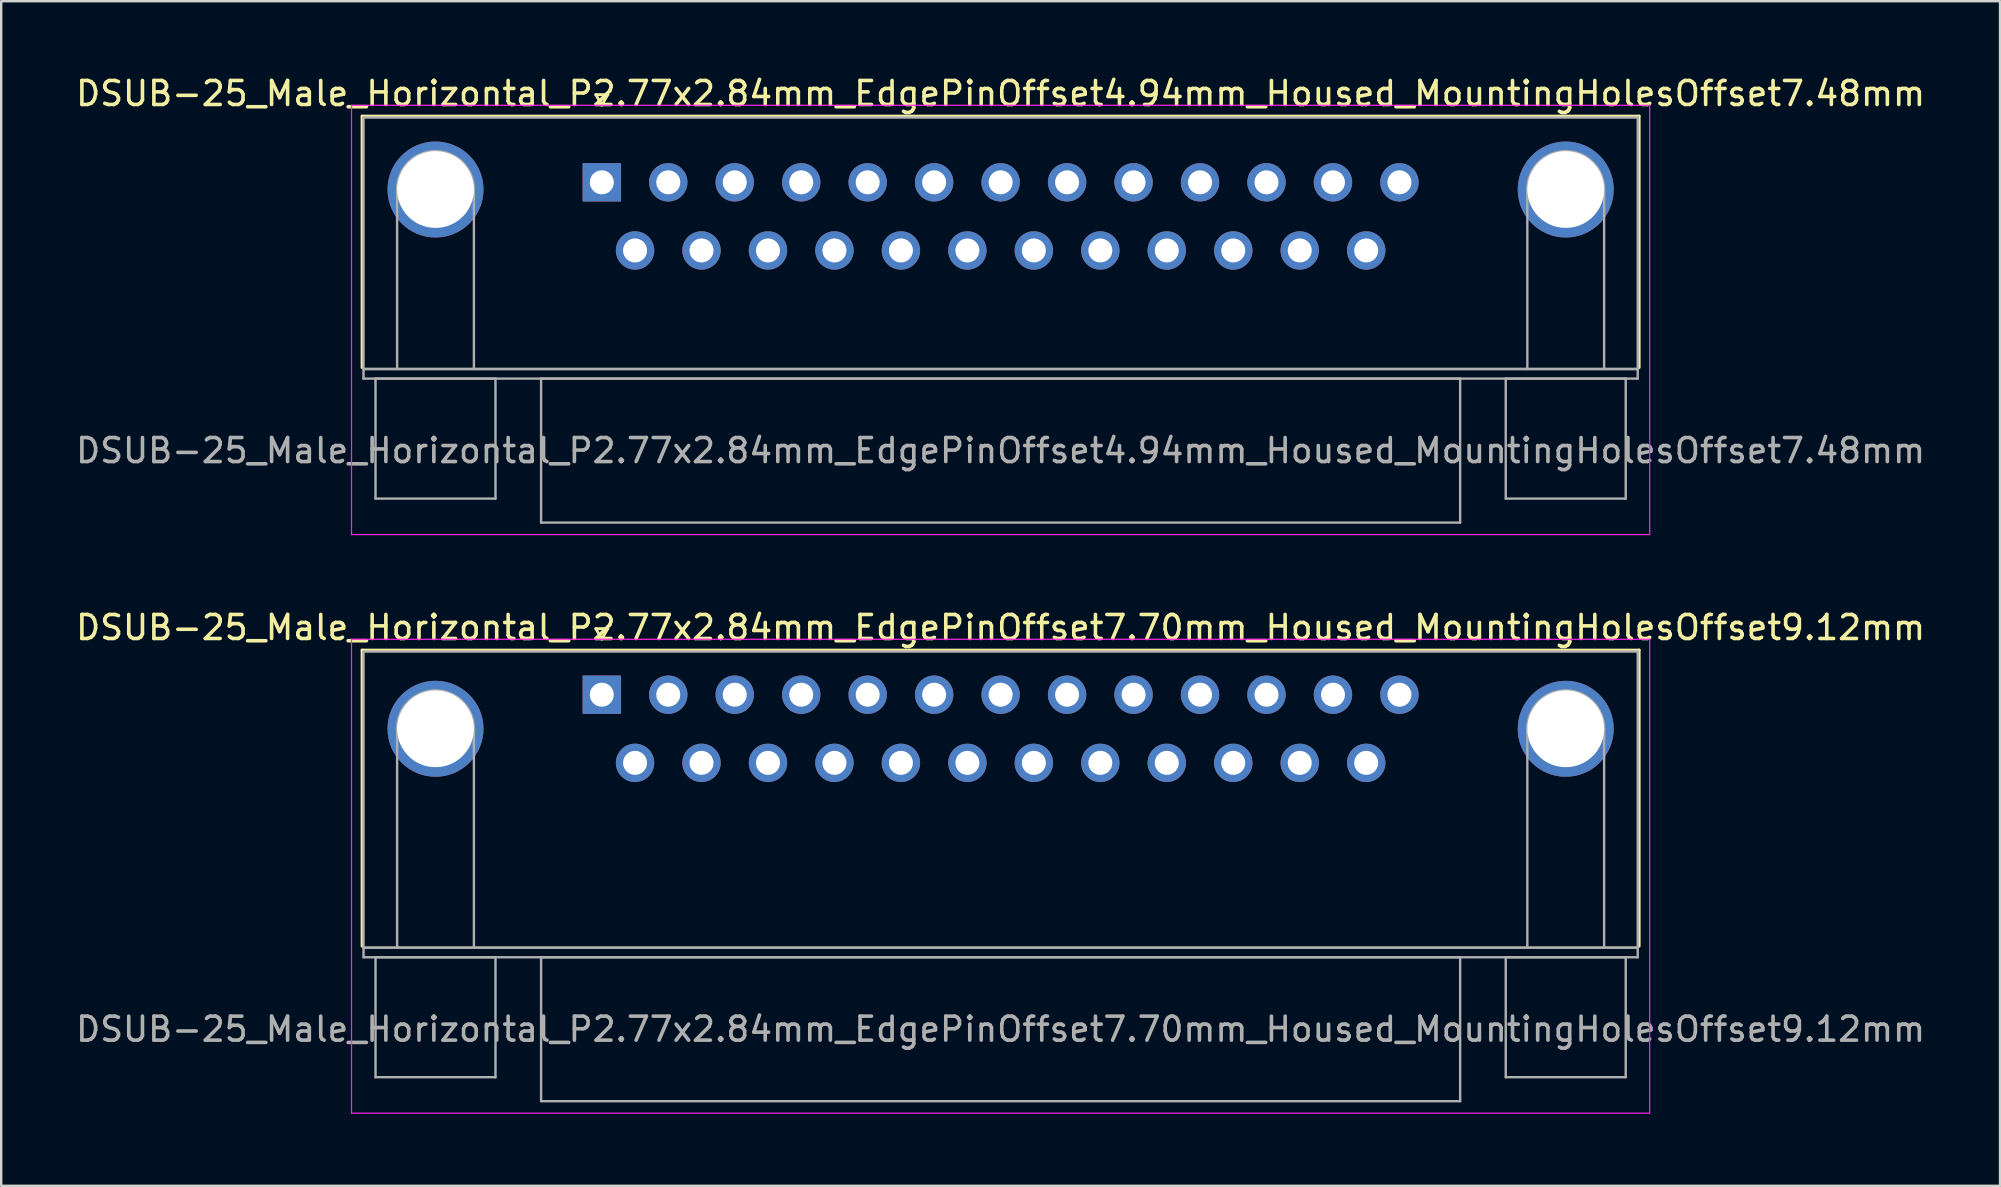
<source format=kicad_pcb>
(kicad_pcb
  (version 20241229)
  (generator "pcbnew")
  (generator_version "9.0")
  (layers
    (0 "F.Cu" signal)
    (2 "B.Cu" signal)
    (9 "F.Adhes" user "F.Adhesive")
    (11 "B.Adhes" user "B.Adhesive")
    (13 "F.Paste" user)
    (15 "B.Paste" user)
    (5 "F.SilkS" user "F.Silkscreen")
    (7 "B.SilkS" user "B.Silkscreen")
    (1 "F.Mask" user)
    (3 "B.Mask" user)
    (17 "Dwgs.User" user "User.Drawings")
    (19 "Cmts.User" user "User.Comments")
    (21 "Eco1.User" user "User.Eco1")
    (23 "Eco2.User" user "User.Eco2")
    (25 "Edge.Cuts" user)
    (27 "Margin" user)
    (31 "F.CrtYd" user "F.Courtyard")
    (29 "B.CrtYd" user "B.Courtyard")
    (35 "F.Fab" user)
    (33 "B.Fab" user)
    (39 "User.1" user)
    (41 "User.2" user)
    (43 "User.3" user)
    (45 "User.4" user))
  (footprint "DSUB-25_Male_Horizontal_P2.77x2.84mm_EdgePinOffset7.70mm_Housed_MountingHolesOffset9.12mm"
    (layer "F.Cu")
    (at 22.029 25.901)
    (property "Reference" "DSUB-25_Male_Horizontal_P2.77x2.84mm_EdgePinOffset7.70mm_Housed_MountingHolesOffset9.12mm" (at 16.62 -2.8 0) (layer "F.SilkS") (effects (font (size 1 1) (thickness 0.15))))
    (attr through_hole)
    (fp_line (start -9.99 -1.86) (end 43.23 -1.86) (stroke (width 0.12) (type solid)) (layer "F.SilkS"))
    (fp_line (start -9.99 10.48) (end -9.99 -1.86) (stroke (width 0.12) (type solid)) (layer "F.SilkS"))
    (fp_line (start -0.25 -2.754) (end 0.25 -2.754) (stroke (width 0.12) (type solid)) (layer "F.SilkS"))
    (fp_line (start 0 -2.321) (end -0.25 -2.754) (stroke (width 0.12) (type solid)) (layer "F.SilkS"))
    (fp_line (start 0.25 -2.754) (end 0 -2.321) (stroke (width 0.12) (type solid)) (layer "F.SilkS"))
    (fp_line (start 43.23 -1.86) (end 43.23 10.48) (stroke (width 0.12) (type solid)) (layer "F.SilkS"))
    (fp_line (start -10.43 -2.31) (end -10.43 17.44) (stroke (width 0.05) (type solid)) (layer "F.CrtYd"))
    (fp_line (start -10.43 17.44) (end 43.67 17.44) (stroke (width 0.05) (type solid)) (layer "F.CrtYd"))
    (fp_line (start 43.67 -2.31) (end -10.43 -2.31) (stroke (width 0.05) (type solid)) (layer "F.CrtYd"))
    (fp_line (start 43.67 17.44) (end 43.67 -2.31) (stroke (width 0.05) (type solid)) (layer "F.CrtYd"))
    (fp_line (start -9.93 -1.8) (end -9.93 10.54) (stroke (width 0.1) (type solid)) (layer "F.Fab"))
    (fp_line (start -9.93 10.54) (end -9.93 10.94) (stroke (width 0.1) (type solid)) (layer "F.Fab"))
    (fp_line (start -9.93 10.54) (end 43.17 10.54) (stroke (width 0.1) (type solid)) (layer "F.Fab"))
    (fp_line (start -9.93 10.94) (end 43.17 10.94) (stroke (width 0.1) (type solid)) (layer "F.Fab"))
    (fp_line (start -9.43 10.94) (end -9.43 15.94) (stroke (width 0.1) (type solid)) (layer "F.Fab"))
    (fp_line (start -9.43 15.94) (end -4.43 15.94) (stroke (width 0.1) (type solid)) (layer "F.Fab"))
    (fp_line (start -8.53 10.54) (end -8.53 1.42) (stroke (width 0.1) (type solid)) (layer "F.Fab"))
    (fp_line (start -5.33 10.54) (end -5.33 1.42) (stroke (width 0.1) (type solid)) (layer "F.Fab"))
    (fp_line (start -4.43 10.94) (end -9.43 10.94) (stroke (width 0.1) (type solid)) (layer "F.Fab"))
    (fp_line (start -4.43 15.94) (end -4.43 10.94) (stroke (width 0.1) (type solid)) (layer "F.Fab"))
    (fp_line (start -2.53 10.94) (end -2.53 16.94) (stroke (width 0.1) (type solid)) (layer "F.Fab"))
    (fp_line (start -2.53 16.94) (end 35.77 16.94) (stroke (width 0.1) (type solid)) (layer "F.Fab"))
    (fp_line (start 35.77 10.94) (end -2.53 10.94) (stroke (width 0.1) (type solid)) (layer "F.Fab"))
    (fp_line (start 35.77 16.94) (end 35.77 10.94) (stroke (width 0.1) (type solid)) (layer "F.Fab"))
    (fp_line (start 37.67 10.94) (end 37.67 15.94) (stroke (width 0.1) (type solid)) (layer "F.Fab"))
    (fp_line (start 37.67 15.94) (end 42.67 15.94) (stroke (width 0.1) (type solid)) (layer "F.Fab"))
    (fp_line (start 38.57 10.54) (end 38.57 1.42) (stroke (width 0.1) (type solid)) (layer "F.Fab"))
    (fp_line (start 41.77 10.54) (end 41.77 1.42) (stroke (width 0.1) (type solid)) (layer "F.Fab"))
    (fp_line (start 42.67 10.94) (end 37.67 10.94) (stroke (width 0.1) (type solid)) (layer "F.Fab"))
    (fp_line (start 42.67 15.94) (end 42.67 10.94) (stroke (width 0.1) (type solid)) (layer "F.Fab"))
    (fp_line (start 43.17 -1.8) (end -9.93 -1.8) (stroke (width 0.1) (type solid)) (layer "F.Fab"))
    (fp_line (start 43.17 10.54) (end -9.93 10.54) (stroke (width 0.1) (type solid)) (layer "F.Fab"))
    (fp_line (start 43.17 10.54) (end 43.17 -1.8) (stroke (width 0.1) (type solid)) (layer "F.Fab"))
    (fp_line (start 43.17 10.94) (end 43.17 10.54) (stroke (width 0.1) (type solid)) (layer "F.Fab"))
    (fp_arc (start -8.53 1.42) (mid -6.93 -0.18) (end -5.33 1.42) (stroke (width 0.1) (type solid)) (layer "F.Fab"))
    (fp_arc (start 38.57 1.42) (mid 40.17 -0.18) (end 41.77 1.42) (stroke (width 0.1) (type solid)) (layer "F.Fab"))
    (fp_text user "${REFERENCE}" (at 16.62 13.94 0) (layer "F.Fab") (effects (font (size 1 1) (thickness 0.15))))
    (pad "0" thru_hole circle (at -6.93 1.42) (size 4 4) (drill 3.2) (layers "*.Cu" "*.Mask"))
    (pad "0" thru_hole circle (at 40.17 1.42) (size 4 4) (drill 3.2) (layers "*.Cu" "*.Mask"))
    (pad "1" thru_hole rect (at 0 0) (size 1.6 1.6) (drill 1) (layers "*.Cu" "*.Mask"))
    (pad "2" thru_hole circle (at 2.77 0) (size 1.6 1.6) (drill 1) (layers "*.Cu" "*.Mask"))
    (pad "3" thru_hole circle (at 5.54 0) (size 1.6 1.6) (drill 1) (layers "*.Cu" "*.Mask"))
    (pad "4" thru_hole circle (at 8.31 0) (size 1.6 1.6) (drill 1) (layers "*.Cu" "*.Mask"))
    (pad "5" thru_hole circle (at 11.08 0) (size 1.6 1.6) (drill 1) (layers "*.Cu" "*.Mask"))
    (pad "6" thru_hole circle (at 13.85 0) (size 1.6 1.6) (drill 1) (layers "*.Cu" "*.Mask"))
    (pad "7" thru_hole circle (at 16.62 0) (size 1.6 1.6) (drill 1) (layers "*.Cu" "*.Mask"))
    (pad "8" thru_hole circle (at 19.39 0) (size 1.6 1.6) (drill 1) (layers "*.Cu" "*.Mask"))
    (pad "9" thru_hole circle (at 22.16 0) (size 1.6 1.6) (drill 1) (layers "*.Cu" "*.Mask"))
    (pad "10" thru_hole circle (at 24.93 0) (size 1.6 1.6) (drill 1) (layers "*.Cu" "*.Mask"))
    (pad "11" thru_hole circle (at 27.7 0) (size 1.6 1.6) (drill 1) (layers "*.Cu" "*.Mask"))
    (pad "12" thru_hole circle (at 30.47 0) (size 1.6 1.6) (drill 1) (layers "*.Cu" "*.Mask"))
    (pad "13" thru_hole circle (at 33.24 0) (size 1.6 1.6) (drill 1) (layers "*.Cu" "*.Mask"))
    (pad "14" thru_hole circle (at 1.385 2.84) (size 1.6 1.6) (drill 1) (layers "*.Cu" "*.Mask"))
    (pad "15" thru_hole circle (at 4.155 2.84) (size 1.6 1.6) (drill 1) (layers "*.Cu" "*.Mask"))
    (pad "16" thru_hole circle (at 6.925 2.84) (size 1.6 1.6) (drill 1) (layers "*.Cu" "*.Mask"))
    (pad "17" thru_hole circle (at 9.695 2.84) (size 1.6 1.6) (drill 1) (layers "*.Cu" "*.Mask"))
    (pad "18" thru_hole circle (at 12.465 2.84) (size 1.6 1.6) (drill 1) (layers "*.Cu" "*.Mask"))
    (pad "19" thru_hole circle (at 15.235 2.84) (size 1.6 1.6) (drill 1) (layers "*.Cu" "*.Mask"))
    (pad "20" thru_hole circle (at 18.005 2.84) (size 1.6 1.6) (drill 1) (layers "*.Cu" "*.Mask"))
    (pad "21" thru_hole circle (at 20.775 2.84) (size 1.6 1.6) (drill 1) (layers "*.Cu" "*.Mask"))
    (pad "22" thru_hole circle (at 23.545 2.84) (size 1.6 1.6) (drill 1) (layers "*.Cu" "*.Mask"))
    (pad "23" thru_hole circle (at 26.315 2.84) (size 1.6 1.6) (drill 1) (layers "*.Cu" "*.Mask"))
    (pad "24" thru_hole circle (at 29.085 2.84) (size 1.6 1.6) (drill 1) (layers "*.Cu" "*.Mask"))
    (pad "25" thru_hole circle (at 31.855 2.84) (size 1.6 1.6) (drill 1) (layers "*.Cu" "*.Mask")))
  (footprint "DSUB-25_Male_Horizontal_P2.77x2.84mm_EdgePinOffset4.94mm_Housed_MountingHolesOffset7.48mm"
    (layer "F.Cu")
    (at 22.029 4.548)
    (property "Reference" "DSUB-25_Male_Horizontal_P2.77x2.84mm_EdgePinOffset4.94mm_Housed_MountingHolesOffset7.48mm" (at 16.62 -3.7 0) (layer "F.SilkS") (effects (font (size 1 1) (thickness 0.15))))
    (attr through_hole)
    (fp_line (start -9.99 -2.76) (end 43.23 -2.76) (stroke (width 0.12) (type solid)) (layer "F.SilkS"))
    (fp_line (start -9.99 7.72) (end -9.99 -2.76) (stroke (width 0.12) (type solid)) (layer "F.SilkS"))
    (fp_line (start -0.25 -3.654) (end 0.25 -3.654) (stroke (width 0.12) (type solid)) (layer "F.SilkS"))
    (fp_line (start 0 -3.221) (end -0.25 -3.654) (stroke (width 0.12) (type solid)) (layer "F.SilkS"))
    (fp_line (start 0.25 -3.654) (end 0 -3.221) (stroke (width 0.12) (type solid)) (layer "F.SilkS"))
    (fp_line (start 43.23 -2.76) (end 43.23 7.72) (stroke (width 0.12) (type solid)) (layer "F.SilkS"))
    (fp_line (start -10.43 -3.21) (end -10.43 14.68) (stroke (width 0.05) (type solid)) (layer "F.CrtYd"))
    (fp_line (start -10.43 14.68) (end 43.67 14.68) (stroke (width 0.05) (type solid)) (layer "F.CrtYd"))
    (fp_line (start 43.67 -3.21) (end -10.43 -3.21) (stroke (width 0.05) (type solid)) (layer "F.CrtYd"))
    (fp_line (start 43.67 14.68) (end 43.67 -3.21) (stroke (width 0.05) (type solid)) (layer "F.CrtYd"))
    (fp_line (start -9.93 -2.7) (end -9.93 7.78) (stroke (width 0.1) (type solid)) (layer "F.Fab"))
    (fp_line (start -9.93 7.78) (end -9.93 8.18) (stroke (width 0.1) (type solid)) (layer "F.Fab"))
    (fp_line (start -9.93 7.78) (end 43.17 7.78) (stroke (width 0.1) (type solid)) (layer "F.Fab"))
    (fp_line (start -9.93 8.18) (end 43.17 8.18) (stroke (width 0.1) (type solid)) (layer "F.Fab"))
    (fp_line (start -9.43 8.18) (end -9.43 13.18) (stroke (width 0.1) (type solid)) (layer "F.Fab"))
    (fp_line (start -9.43 13.18) (end -4.43 13.18) (stroke (width 0.1) (type solid)) (layer "F.Fab"))
    (fp_line (start -8.53 7.78) (end -8.53 0.3) (stroke (width 0.1) (type solid)) (layer "F.Fab"))
    (fp_line (start -5.33 7.78) (end -5.33 0.3) (stroke (width 0.1) (type solid)) (layer "F.Fab"))
    (fp_line (start -4.43 8.18) (end -9.43 8.18) (stroke (width 0.1) (type solid)) (layer "F.Fab"))
    (fp_line (start -4.43 13.18) (end -4.43 8.18) (stroke (width 0.1) (type solid)) (layer "F.Fab"))
    (fp_line (start -2.53 8.18) (end -2.53 14.18) (stroke (width 0.1) (type solid)) (layer "F.Fab"))
    (fp_line (start -2.53 14.18) (end 35.77 14.18) (stroke (width 0.1) (type solid)) (layer "F.Fab"))
    (fp_line (start 35.77 8.18) (end -2.53 8.18) (stroke (width 0.1) (type solid)) (layer "F.Fab"))
    (fp_line (start 35.77 14.18) (end 35.77 8.18) (stroke (width 0.1) (type solid)) (layer "F.Fab"))
    (fp_line (start 37.67 8.18) (end 37.67 13.18) (stroke (width 0.1) (type solid)) (layer "F.Fab"))
    (fp_line (start 37.67 13.18) (end 42.67 13.18) (stroke (width 0.1) (type solid)) (layer "F.Fab"))
    (fp_line (start 38.57 7.78) (end 38.57 0.3) (stroke (width 0.1) (type solid)) (layer "F.Fab"))
    (fp_line (start 41.77 7.78) (end 41.77 0.3) (stroke (width 0.1) (type solid)) (layer "F.Fab"))
    (fp_line (start 42.67 8.18) (end 37.67 8.18) (stroke (width 0.1) (type solid)) (layer "F.Fab"))
    (fp_line (start 42.67 13.18) (end 42.67 8.18) (stroke (width 0.1) (type solid)) (layer "F.Fab"))
    (fp_line (start 43.17 -2.7) (end -9.93 -2.7) (stroke (width 0.1) (type solid)) (layer "F.Fab"))
    (fp_line (start 43.17 7.78) (end -9.93 7.78) (stroke (width 0.1) (type solid)) (layer "F.Fab"))
    (fp_line (start 43.17 7.78) (end 43.17 -2.7) (stroke (width 0.1) (type solid)) (layer "F.Fab"))
    (fp_line (start 43.17 8.18) (end 43.17 7.78) (stroke (width 0.1) (type solid)) (layer "F.Fab"))
    (fp_arc (start -8.53 0.3) (mid -6.93 -1.3) (end -5.33 0.3) (stroke (width 0.1) (type solid)) (layer "F.Fab"))
    (fp_arc (start 38.57 0.3) (mid 40.17 -1.3) (end 41.77 0.3) (stroke (width 0.1) (type solid)) (layer "F.Fab"))
    (fp_text user "${REFERENCE}" (at 16.62 11.18 0) (layer "F.Fab") (effects (font (size 1 1) (thickness 0.15))))
    (pad "0" thru_hole circle (at -6.93 0.3) (size 4 4) (drill 3.2) (layers "*.Cu" "*.Mask"))
    (pad "0" thru_hole circle (at 40.17 0.3) (size 4 4) (drill 3.2) (layers "*.Cu" "*.Mask"))
    (pad "1" thru_hole rect (at 0 0) (size 1.6 1.6) (drill 1) (layers "*.Cu" "*.Mask"))
    (pad "2" thru_hole circle (at 2.77 0) (size 1.6 1.6) (drill 1) (layers "*.Cu" "*.Mask"))
    (pad "3" thru_hole circle (at 5.54 0) (size 1.6 1.6) (drill 1) (layers "*.Cu" "*.Mask"))
    (pad "4" thru_hole circle (at 8.31 0) (size 1.6 1.6) (drill 1) (layers "*.Cu" "*.Mask"))
    (pad "5" thru_hole circle (at 11.08 0) (size 1.6 1.6) (drill 1) (layers "*.Cu" "*.Mask"))
    (pad "6" thru_hole circle (at 13.85 0) (size 1.6 1.6) (drill 1) (layers "*.Cu" "*.Mask"))
    (pad "7" thru_hole circle (at 16.62 0) (size 1.6 1.6) (drill 1) (layers "*.Cu" "*.Mask"))
    (pad "8" thru_hole circle (at 19.39 0) (size 1.6 1.6) (drill 1) (layers "*.Cu" "*.Mask"))
    (pad "9" thru_hole circle (at 22.16 0) (size 1.6 1.6) (drill 1) (layers "*.Cu" "*.Mask"))
    (pad "10" thru_hole circle (at 24.93 0) (size 1.6 1.6) (drill 1) (layers "*.Cu" "*.Mask"))
    (pad "11" thru_hole circle (at 27.7 0) (size 1.6 1.6) (drill 1) (layers "*.Cu" "*.Mask"))
    (pad "12" thru_hole circle (at 30.47 0) (size 1.6 1.6) (drill 1) (layers "*.Cu" "*.Mask"))
    (pad "13" thru_hole circle (at 33.24 0) (size 1.6 1.6) (drill 1) (layers "*.Cu" "*.Mask"))
    (pad "14" thru_hole circle (at 1.385 2.84) (size 1.6 1.6) (drill 1) (layers "*.Cu" "*.Mask"))
    (pad "15" thru_hole circle (at 4.155 2.84) (size 1.6 1.6) (drill 1) (layers "*.Cu" "*.Mask"))
    (pad "16" thru_hole circle (at 6.925 2.84) (size 1.6 1.6) (drill 1) (layers "*.Cu" "*.Mask"))
    (pad "17" thru_hole circle (at 9.695 2.84) (size 1.6 1.6) (drill 1) (layers "*.Cu" "*.Mask"))
    (pad "18" thru_hole circle (at 12.465 2.84) (size 1.6 1.6) (drill 1) (layers "*.Cu" "*.Mask"))
    (pad "19" thru_hole circle (at 15.235 2.84) (size 1.6 1.6) (drill 1) (layers "*.Cu" "*.Mask"))
    (pad "20" thru_hole circle (at 18.005 2.84) (size 1.6 1.6) (drill 1) (layers "*.Cu" "*.Mask"))
    (pad "21" thru_hole circle (at 20.775 2.84) (size 1.6 1.6) (drill 1) (layers "*.Cu" "*.Mask"))
    (pad "22" thru_hole circle (at 23.545 2.84) (size 1.6 1.6) (drill 1) (layers "*.Cu" "*.Mask"))
    (pad "23" thru_hole circle (at 26.315 2.84) (size 1.6 1.6) (drill 1) (layers "*.Cu" "*.Mask"))
    (pad "24" thru_hole circle (at 29.085 2.84) (size 1.6 1.6) (drill 1) (layers "*.Cu" "*.Mask"))
    (pad "25" thru_hole circle (at 31.855 2.84) (size 1.6 1.6) (drill 1) (layers "*.Cu" "*.Mask")))
  (gr_rect
    (start -3 -3)
    (end 80.298 46.367)
    (stroke (width 0.1) (type default))
    (fill no)
    (layer "Edge.Cuts")))
</source>
